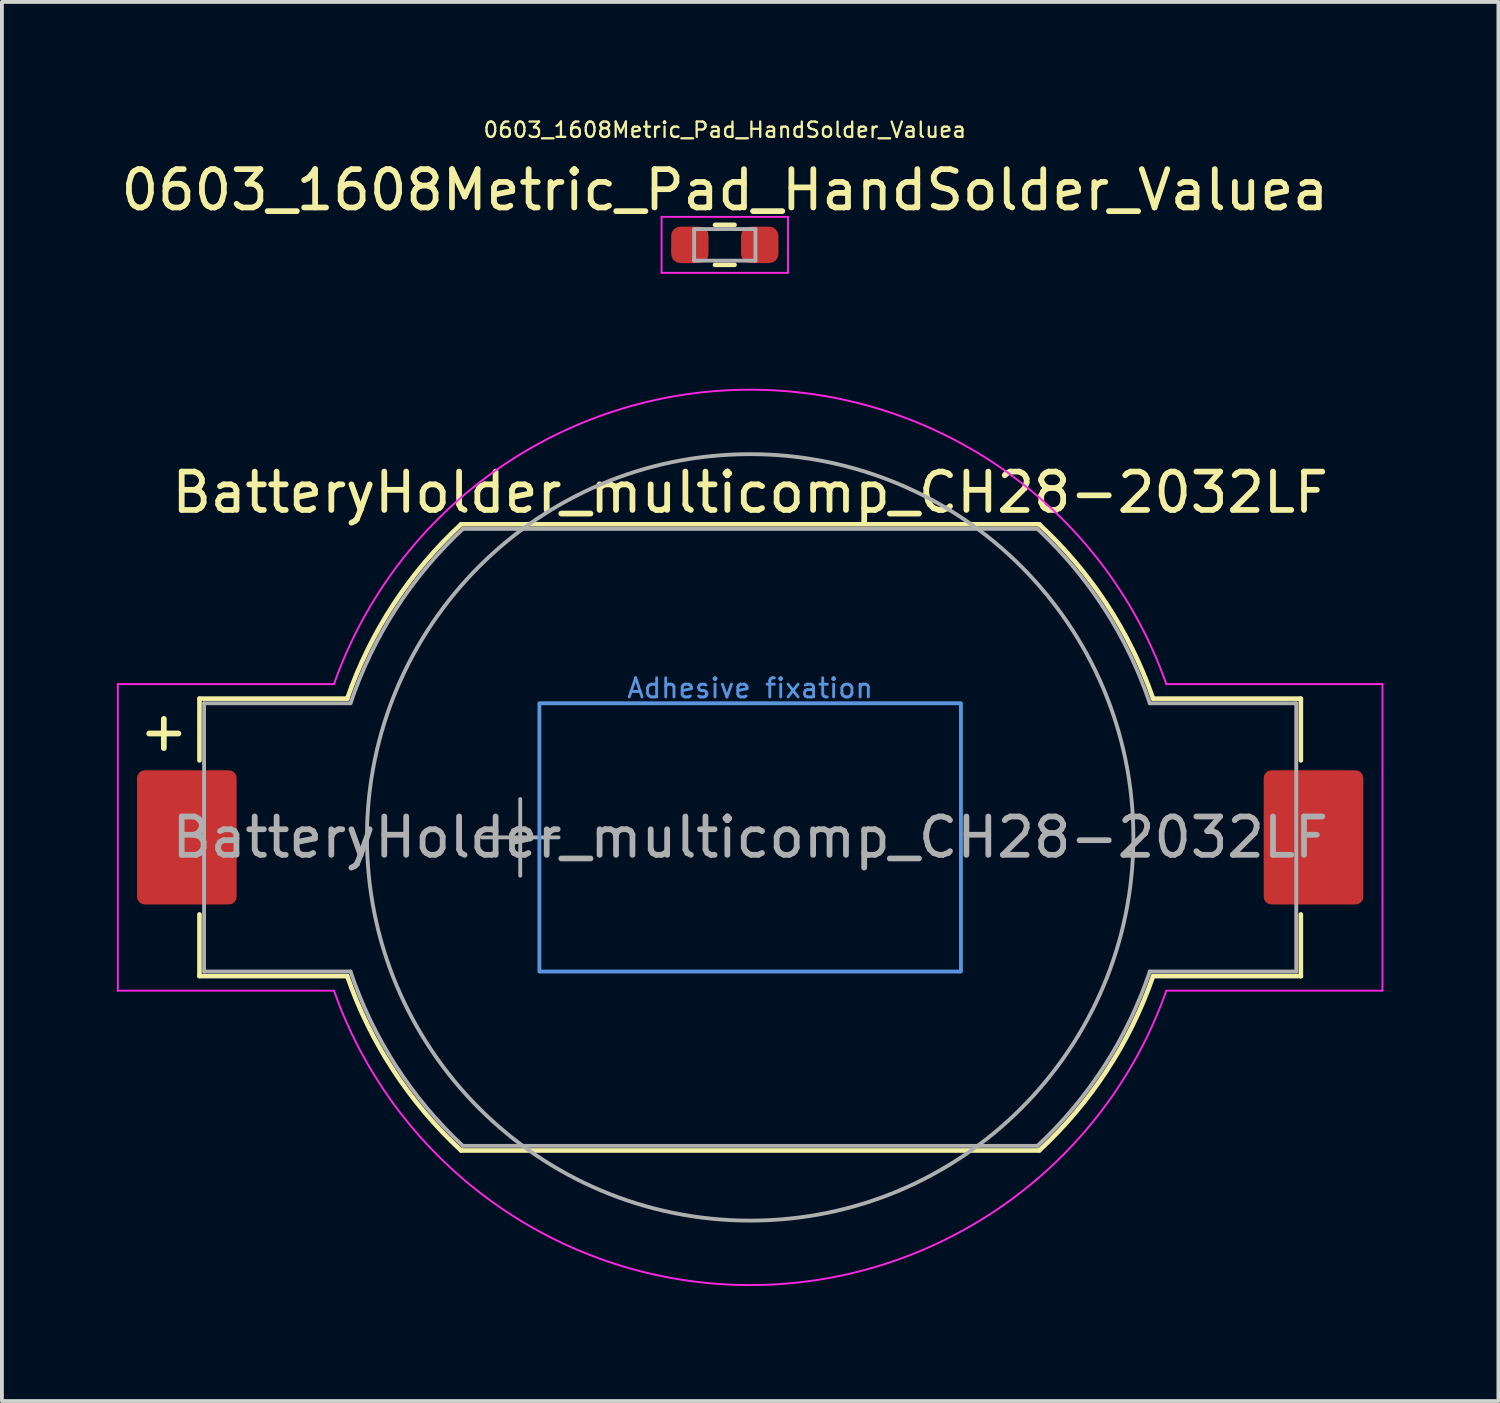
<source format=kicad_pcb>
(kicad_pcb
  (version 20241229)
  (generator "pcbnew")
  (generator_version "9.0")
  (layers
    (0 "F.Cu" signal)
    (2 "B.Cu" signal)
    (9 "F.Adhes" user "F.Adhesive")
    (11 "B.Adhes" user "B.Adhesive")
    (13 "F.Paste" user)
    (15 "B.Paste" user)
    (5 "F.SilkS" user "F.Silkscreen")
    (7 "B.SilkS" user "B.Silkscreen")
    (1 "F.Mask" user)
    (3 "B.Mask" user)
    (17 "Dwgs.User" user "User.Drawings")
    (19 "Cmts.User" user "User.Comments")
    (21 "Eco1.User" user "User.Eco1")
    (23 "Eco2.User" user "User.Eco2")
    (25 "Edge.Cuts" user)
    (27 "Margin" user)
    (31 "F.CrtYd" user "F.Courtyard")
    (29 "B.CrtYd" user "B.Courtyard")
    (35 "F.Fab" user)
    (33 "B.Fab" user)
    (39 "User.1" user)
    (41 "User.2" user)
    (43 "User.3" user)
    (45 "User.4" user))
  (footprint "BatteryHolder_multicomp_CH28-2032LF"
    (layer "F.Cu")
    (at 16.525 18.801)
    (property "Reference" "BatteryHolder_multicomp_CH28-2032LF" (at 0 -9 0) (layer "F.SilkS") (effects (font (size 1 1) (thickness 0.15))))
    (attr smd)
    (fp_line (start -14.37 -3.62) (end -10.514 -3.62) (stroke (width 0.12) (type solid)) (layer "F.SilkS"))
    (fp_line (start -14.37 -2.01) (end -14.37 -3.62) (stroke (width 0.12) (type solid)) (layer "F.SilkS"))
    (fp_line (start -14.37 3.62) (end -14.37 2.01) (stroke (width 0.12) (type solid)) (layer "F.SilkS"))
    (fp_line (start -10.514 3.62) (end -14.37 3.62) (stroke (width 0.12) (type solid)) (layer "F.SilkS"))
    (fp_line (start -7.544 -8.17) (end 7.544 -8.17) (stroke (width 0.12) (type solid)) (layer "F.SilkS"))
    (fp_line (start 7.544 8.17) (end -7.544 8.17) (stroke (width 0.12) (type solid)) (layer "F.SilkS"))
    (fp_line (start 10.514 -3.62) (end 14.37 -3.62) (stroke (width 0.12) (type solid)) (layer "F.SilkS"))
    (fp_line (start 14.37 -3.62) (end 14.37 -2.01) (stroke (width 0.12) (type solid)) (layer "F.SilkS"))
    (fp_line (start 14.37 2.01) (end 14.37 3.62) (stroke (width 0.12) (type solid)) (layer "F.SilkS"))
    (fp_line (start 14.37 3.62) (end 10.514 3.62) (stroke (width 0.12) (type solid)) (layer "F.SilkS"))
    (fp_arc (start -10.5143 -3.62) (mid -9.309293 -6.078036) (end -7.5436 -8.17) (stroke (width 0.12) (type solid)) (layer "F.SilkS"))
    (fp_arc (start -7.5436 8.17) (mid -9.309293 6.078036) (end -10.5143 3.62) (stroke (width 0.12) (type solid)) (layer "F.SilkS"))
    (fp_arc (start 7.5436 -8.17) (mid 9.309293 -6.078036) (end 10.5143 -3.62) (stroke (width 0.12) (type solid)) (layer "F.SilkS"))
    (fp_arc (start 10.5143 3.62) (mid 9.309293 6.078036) (end 7.5436 8.17) (stroke (width 0.12) (type solid)) (layer "F.SilkS"))
    (fp_rect (start -5.5 -3.5) (end 5.5 3.5) (stroke (width 0.1) (type default)) (fill no) (layer "Cmts.User"))
    (fp_line (start -16.5 -4) (end -10.86 -4) (stroke (width 0.05) (type solid)) (layer "F.CrtYd"))
    (fp_line (start -16.5 4) (end -16.5 -4) (stroke (width 0.05) (type solid)) (layer "F.CrtYd"))
    (fp_line (start -10.86 4) (end -16.5 4) (stroke (width 0.05) (type solid)) (layer "F.CrtYd"))
    (fp_line (start 10.86 -4) (end 16.5 -4) (stroke (width 0.05) (type solid)) (layer "F.CrtYd"))
    (fp_line (start 16.5 -4) (end 16.5 4) (stroke (width 0.05) (type solid)) (layer "F.CrtYd"))
    (fp_line (start 16.5 4) (end 10.86 4) (stroke (width 0.05) (type solid)) (layer "F.CrtYd"))
    (fp_arc (start -10.86 -4) (mid 0 -11.682196) (end 10.86 -4) (stroke (width 0.05) (type solid)) (layer "F.CrtYd"))
    (fp_arc (start 10.86 4) (mid 0 11.682196) (end -10.86 4) (stroke (width 0.05) (type solid)) (layer "F.CrtYd"))
    (fp_line (start -14.25 -3.5) (end -10.428 -3.5) (stroke (width 0.1) (type solid)) (layer "F.Fab"))
    (fp_line (start -14.25 3.5) (end -14.25 -3.5) (stroke (width 0.1) (type solid)) (layer "F.Fab"))
    (fp_line (start -10.428 3.5) (end -14.25 3.5) (stroke (width 0.1) (type solid)) (layer "F.Fab"))
    (fp_line (start -7.497 -8.05) (end 7.497 -8.05) (stroke (width 0.1) (type solid)) (layer "F.Fab"))
    (fp_line (start -7 0) (end -5 0) (stroke (width 0.1) (type solid)) (layer "F.Fab"))
    (fp_line (start -6 -1) (end -6 1) (stroke (width 0.1) (type solid)) (layer "F.Fab"))
    (fp_line (start 7.497 8.05) (end -7.497 8.05) (stroke (width 0.1) (type solid)) (layer "F.Fab"))
    (fp_line (start 10.428 -3.5) (end 14.25 -3.5) (stroke (width 0.1) (type solid)) (layer "F.Fab"))
    (fp_line (start 14.25 -3.5) (end 14.25 3.5) (stroke (width 0.1) (type solid)) (layer "F.Fab"))
    (fp_line (start 14.25 3.5) (end 10.428 3.5) (stroke (width 0.1) (type solid)) (layer "F.Fab"))
    (fp_arc (start -10.4283 -3.5) (mid -9.246774 -5.958237) (end -7.4965 -8.05) (stroke (width 0.1) (type solid)) (layer "F.Fab"))
    (fp_arc (start -7.4965 8.05) (mid -9.246774 5.958237) (end -10.4283 3.5) (stroke (width 0.1) (type solid)) (layer "F.Fab"))
    (fp_arc (start 7.4965 -8.05) (mid 9.246774 -5.958237) (end 10.4283 -3.5) (stroke (width 0.1) (type solid)) (layer "F.Fab"))
    (fp_arc (start 10.4283 3.5) (mid 9.246774 5.958237) (end 7.4965 8.05) (stroke (width 0.1) (type solid)) (layer "F.Fab"))
    (fp_circle (center 0 0) (end 10 0) (stroke (width 0.1) (type solid)) (fill no) (layer "F.Fab"))
    (fp_text user "+" (at -15.3 -2.785 0) (layer "F.SilkS") (effects (font (size 1 1) (thickness 0.15))))
    (fp_text user "Adhesive fixation" (at 0 -3.6 0) (unlocked yes) (layer "Cmts.User") (effects (font (size 0.5 0.5) (thickness 0.075)) (justify bottom)))
    (fp_text user "${REFERENCE}" (at 0 0 0) (layer "F.Fab") (effects (font (size 1 1) (thickness 0.15))))
    (pad "1" smd roundrect (at -14.7 0) (size 2.6 3.5) (layers "F.Cu" "F.Mask" "F.Paste") (roundrect_rratio 0.077))
    (pad "2" smd roundrect (at 14.7 0) (size 2.6 3.5) (layers "F.Cu" "F.Mask" "F.Paste") (roundrect_rratio 0.077)))
  (footprint "0603_1608Metric_Pad_HandSolder_Valuea"
    (layer "F.Cu")
    (at 15.863 3.339)
    (property "Reference" "0603_1608Metric_Pad_HandSolder_Valuea" (at 0 -1.43 0) (layer "F.SilkS") (effects (font (size 1 1) (thickness 0.15))))
    (attr smd)
    (fp_line (start -0.255 -0.522) (end 0.255 -0.522) (stroke (width 0.12) (type solid)) (layer "F.SilkS"))
    (fp_line (start -0.255 0.522) (end 0.255 0.522) (stroke (width 0.12) (type solid)) (layer "F.SilkS"))
    (fp_line (start -1.65 -0.73) (end 1.65 -0.73) (stroke (width 0.05) (type solid)) (layer "F.CrtYd"))
    (fp_line (start -1.65 0.73) (end -1.65 -0.73) (stroke (width 0.05) (type solid)) (layer "F.CrtYd"))
    (fp_line (start 1.65 -0.73) (end 1.65 0.73) (stroke (width 0.05) (type solid)) (layer "F.CrtYd"))
    (fp_line (start 1.65 0.73) (end -1.65 0.73) (stroke (width 0.05) (type solid)) (layer "F.CrtYd"))
    (fp_line (start -0.8 -0.412) (end 0.8 -0.412) (stroke (width 0.1) (type solid)) (layer "F.Fab"))
    (fp_line (start -0.8 0.412) (end -0.8 -0.412) (stroke (width 0.1) (type solid)) (layer "F.Fab"))
    (fp_line (start 0.8 -0.412) (end 0.8 0.412) (stroke (width 0.1) (type solid)) (layer "F.Fab"))
    (fp_line (start 0.8 0.412) (end -0.8 0.412) (stroke (width 0.1) (type solid)) (layer "F.Fab"))
    (fp_text user "${REFERENCE}" (at 0 -3 0) (layer "F.SilkS") (effects (font (size 0.4 0.4) (thickness 0.06))))
    (pad "1" smd roundrect (at -0.912 0) (size 0.975 0.95) (layers "F.Cu" "F.Mask" "F.Paste") (roundrect_rratio 0.25))
    (pad "2" smd roundrect (at 0.912 0) (size 0.975 0.95) (layers "F.Cu" "F.Mask" "F.Paste") (roundrect_rratio 0.25)))
  (gr_rect
    (start -3 -3)
    (end 36.05 33.509)
    (stroke (width 0.1) (type default))
    (fill no)
    (layer "Edge.Cuts")))
</source>
